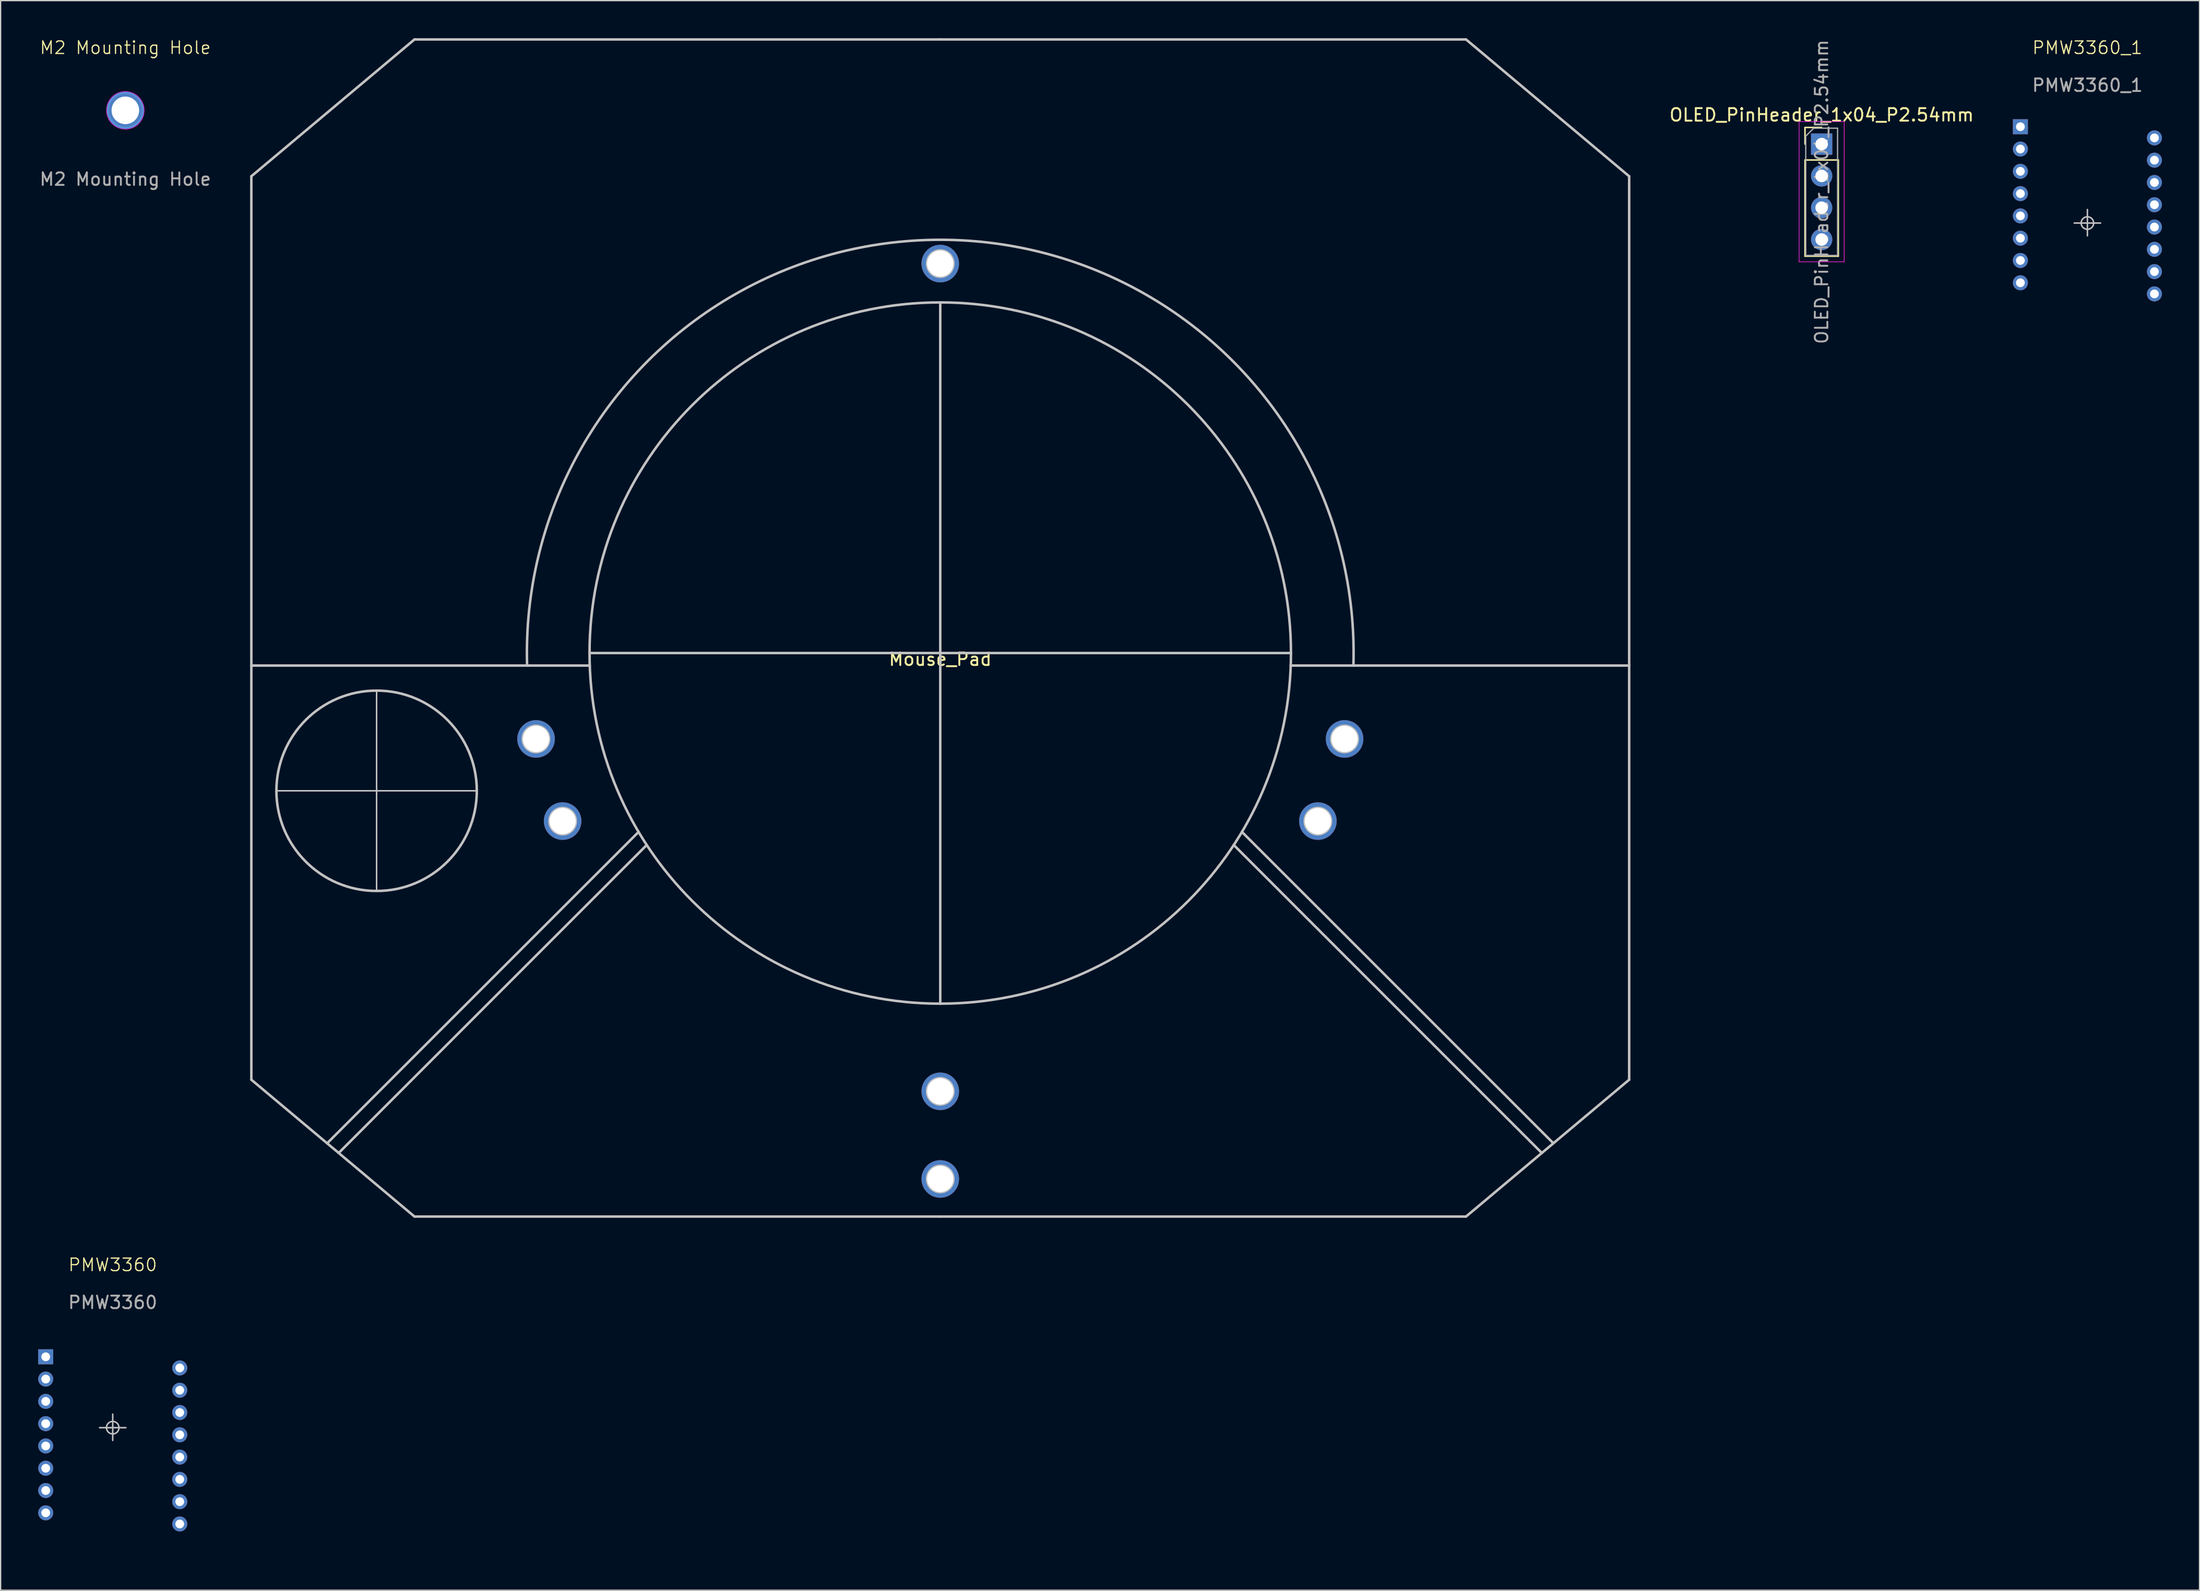
<source format=kicad_pcb>
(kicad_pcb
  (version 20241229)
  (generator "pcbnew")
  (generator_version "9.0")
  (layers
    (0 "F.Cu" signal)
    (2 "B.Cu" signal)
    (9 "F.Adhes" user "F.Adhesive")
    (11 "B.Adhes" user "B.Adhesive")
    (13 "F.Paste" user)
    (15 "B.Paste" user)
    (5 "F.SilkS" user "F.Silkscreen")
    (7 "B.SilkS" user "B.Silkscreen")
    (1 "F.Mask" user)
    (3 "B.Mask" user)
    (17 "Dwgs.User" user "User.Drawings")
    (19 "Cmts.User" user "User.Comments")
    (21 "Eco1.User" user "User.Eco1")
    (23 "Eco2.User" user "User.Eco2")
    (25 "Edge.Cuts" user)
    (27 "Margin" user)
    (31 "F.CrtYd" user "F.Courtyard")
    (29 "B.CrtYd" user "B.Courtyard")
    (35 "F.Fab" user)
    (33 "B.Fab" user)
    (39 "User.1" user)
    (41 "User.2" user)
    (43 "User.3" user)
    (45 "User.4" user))
  (footprint "Mouse_Pad"
    (layer "F.Cu")
    (at 72.017 49.1)
    (property "Reference" "Mouse_Pad" (at 0 0.5 0) (layer "F.SilkS") (effects (font (size 1 1) (thickness 0.15))))
    (attr through_hole)
    (fp_line (start -55 1) (end -27.982 1) (stroke (width 0.2) (type solid)) (layer "Dwgs.User"))
    (fp_line (start -55 34.073) (end -55 -38.073) (stroke (width 0.2) (type solid)) (layer "Dwgs.User"))
    (fp_line (start -48.95 39.149) (end -24.083 14.283) (stroke (width 0.2) (type solid)) (layer "Dwgs.User"))
    (fp_line (start -48.027 39.923) (end -23.432 15.328) (stroke (width 0.2) (type solid)) (layer "Dwgs.User"))
    (fp_line (start -45 3) (end -45 19) (stroke (width 0.12) (type solid)) (layer "Dwgs.User"))
    (fp_line (start -41.977 -49) (end -55 -38.073) (stroke (width 0.2) (type solid)) (layer "Dwgs.User"))
    (fp_line (start -41.977 45) (end -55 34.073) (stroke (width 0.2) (type solid)) (layer "Dwgs.User"))
    (fp_line (start -37 11) (end -53 11) (stroke (width 0.12) (type solid)) (layer "Dwgs.User"))
    (fp_line (start 0 -49) (end -41.977 -49) (stroke (width 0.2) (type solid)) (layer "Dwgs.User"))
    (fp_line (start 0 -49) (end 41.977 -49) (stroke (width 0.2) (type solid)) (layer "Dwgs.User"))
    (fp_line (start 0 0) (end -28 0) (stroke (width 0.2) (type solid)) (layer "Dwgs.User"))
    (fp_line (start 0 0) (end 0 -28) (stroke (width 0.2) (type solid)) (layer "Dwgs.User"))
    (fp_line (start 0 0) (end 0 28) (stroke (width 0.2) (type solid)) (layer "Dwgs.User"))
    (fp_line (start 0 0) (end 28 0) (stroke (width 0.2) (type solid)) (layer "Dwgs.User"))
    (fp_line (start 0 45) (end -41.977 45) (stroke (width 0.2) (type solid)) (layer "Dwgs.User"))
    (fp_line (start 0 45) (end 41.977 45) (stroke (width 0.2) (type solid)) (layer "Dwgs.User"))
    (fp_line (start 41.977 -49) (end 55 -38.073) (stroke (width 0.2) (type solid)) (layer "Dwgs.User"))
    (fp_line (start 41.977 45) (end 55 34.073) (stroke (width 0.2) (type solid)) (layer "Dwgs.User"))
    (fp_line (start 48.027 39.923) (end 23.432 15.328) (stroke (width 0.2) (type solid)) (layer "Dwgs.User"))
    (fp_line (start 48.95 39.149) (end 24.083 14.283) (stroke (width 0.2) (type solid)) (layer "Dwgs.User"))
    (fp_line (start 55 1) (end 27.982 1) (stroke (width 0.2) (type solid)) (layer "Dwgs.User"))
    (fp_line (start 55 34.073) (end 55 -38.073) (stroke (width 0.2) (type solid)) (layer "Dwgs.User"))
    (fp_arc (start -32.984845 1) (mid 0 -33) (end 32.984845 1) (stroke (width 0.2) (type solid)) (layer "Dwgs.User"))
    (fp_circle (center -45 11) (end -37 11) (stroke (width 0.2) (type solid)) (fill no) (layer "Dwgs.User"))
    (fp_circle (center -32.279 6.861) (end -31.229 6.861) (stroke (width 0.2) (type solid)) (fill no) (layer "Dwgs.User"))
    (fp_circle (center -30.147 13.422) (end -29.097 13.422) (stroke (width 0.2) (type solid)) (fill no) (layer "Dwgs.User"))
    (fp_circle (center 0 -31.1) (end 1.05 -31.1) (stroke (width 0.2) (type solid)) (fill no) (layer "Dwgs.User"))
    (fp_circle (center 0 0) (end 28 0) (stroke (width 0.2) (type solid)) (fill no) (layer "Dwgs.User"))
    (fp_circle (center 0 35) (end 1.05 35) (stroke (width 0.2) (type solid)) (fill no) (layer "Dwgs.User"))
    (fp_circle (center 0 42) (end 1.05 42) (stroke (width 0.2) (type solid)) (fill no) (layer "Dwgs.User"))
    (fp_circle (center 30.147 13.422) (end 31.197 13.422) (stroke (width 0.2) (type solid)) (fill no) (layer "Dwgs.User"))
    (fp_circle (center 32.279 6.861) (end 33.329 6.861) (stroke (width 0.2) (type solid)) (fill no) (layer "Dwgs.User"))
    (pad "" thru_hole circle (at -32.27 6.86) (size 3 3) (drill 2.1) (layers "*.Cu" "*.Mask"))
    (pad "" thru_hole circle (at -30.15 13.42) (size 3 3) (drill 2.1) (layers "*.Cu" "*.Mask"))
    (pad "" thru_hole circle (at 0 -31.1) (size 3 3) (drill 2.1) (layers "*.Cu" "*.Mask"))
    (pad "" thru_hole circle (at 0 35) (size 3 3) (drill 2.1) (layers "*.Cu" "*.Mask"))
    (pad "" thru_hole circle (at 0 42) (size 3 3) (drill 2.1) (layers "*.Cu" "*.Mask"))
    (pad "" thru_hole circle (at 30.15 13.42) (size 3 3) (drill 2.1) (layers "*.Cu" "*.Mask"))
    (pad "" thru_hole circle (at 32.28 6.86) (size 3 3) (drill 2.1) (layers "*.Cu" "*.Mask")))
  (footprint "M2 Mounting Hole"
    (layer "F.Cu")
    (at 6.958 5.761)
    (property "Reference" "M2 Mounting Hole" (at 0 -5 0) (unlocked yes) (layer "F.SilkS") (effects (font (size 1 1) (thickness 0.1))))
    (attr through_hole)
    (fp_circle (center 0 0) (end 0 -1.4) (stroke (width 0.15) (type solid)) (fill no) (layer "Cmts.User"))
    (fp_circle (center 0 0) (end 0 -1.5) (stroke (width 0.05) (type solid)) (fill no) (layer "F.CrtYd"))
    (fp_text user "${REFERENCE}" (at 0 5.5 0) (unlocked yes) (layer "F.Fab") (effects (font (size 1 1) (thickness 0.15))))
    (pad "1" thru_hole circle (at 0 0) (size 2.7 2.7) (drill 2.2) (layers "*.Cu" "*.Mask")))
  (footprint "PMW3360_1"
    (layer "F.Cu")
    (at 163.602 14.761)
    (property "Reference" "PMW3360_1" (at 0 -14 0) (unlocked yes) (layer "F.SilkS") (effects (font (size 1 1) (thickness 0.1))))
    (attr through_hole)
    (fp_line (start 0 0) (end -1.05 0) (stroke (width 0.12) (type solid)) (layer "Dwgs.User"))
    (fp_line (start 0 0) (end 0 -1.08) (stroke (width 0.12) (type solid)) (layer "Dwgs.User"))
    (fp_line (start 0 0) (end 0 1.02) (stroke (width 0.12) (type solid)) (layer "Dwgs.User"))
    (fp_line (start 0 0) (end 1.05 0) (stroke (width 0.12) (type solid)) (layer "Dwgs.User"))
    (fp_circle (center 0 0) (end 0.5 0) (stroke (width 0.12) (type solid)) (fill no) (layer "Dwgs.User"))
    (fp_line (start -5.35 -8.82) (end -5.35 8.44) (stroke (width 0.2) (type default)) (layer "Eco2.User"))
    (fp_line (start 0 5.66) (end 0 0) (stroke (width 0.2) (type default)) (layer "Eco2.User"))
    (fp_line (start 0 5.66) (end 0 8.44) (stroke (width 0.2) (type default)) (layer "Eco2.User"))
    (fp_line (start 5.35 -8.82) (end -5.35 -8.82) (stroke (width 0.2) (type default)) (layer "Eco2.User"))
    (fp_line (start 5.35 -8.82) (end 5.35 8.44) (stroke (width 0.2) (type default)) (layer "Eco2.User"))
    (fp_line (start 5.35 8.44) (end -5.35 8.44) (stroke (width 0.2) (type default)) (layer "Eco2.User"))
    (fp_text user "${REFERENCE}" (at 0 -11 0) (unlocked yes) (layer "F.Fab") (effects (font (size 1 1) (thickness 0.15))))
    (pad "1" thru_hole rect (at -5.35 -7.69) (size 1.2 1.2) (drill 0.7) (layers "*.Cu" "*.Mask"))
    (pad "2" thru_hole circle (at -5.35 -5.91) (size 1.2 1.2) (drill 0.7) (layers "*.Cu" "*.Mask"))
    (pad "3" thru_hole circle (at -5.35 -4.13) (size 1.2 1.2) (drill 0.7) (layers "*.Cu" "*.Mask"))
    (pad "4" thru_hole circle (at -5.35 -2.35) (size 1.2 1.2) (drill 0.7) (layers "*.Cu" "*.Mask"))
    (pad "5" thru_hole circle (at -5.35 -0.57) (size 1.2 1.2) (drill 0.7) (layers "*.Cu" "*.Mask"))
    (pad "6" thru_hole circle (at -5.35 1.21) (size 1.2 1.2) (drill 0.7) (layers "*.Cu" "*.Mask"))
    (pad "7" thru_hole circle (at -5.35 2.99) (size 1.2 1.2) (drill 0.7) (layers "*.Cu" "*.Mask"))
    (pad "8" thru_hole circle (at -5.35 4.77) (size 1.2 1.2) (drill 0.7) (layers "*.Cu" "*.Mask"))
    (pad "9" thru_hole circle (at 5.35 5.66) (size 1.2 1.2) (drill 0.7) (layers "*.Cu" "*.Mask"))
    (pad "10" thru_hole circle (at 5.35 3.88) (size 1.2 1.2) (drill 0.7) (layers "*.Cu" "*.Mask"))
    (pad "11" thru_hole circle (at 5.35 2.1) (size 1.2 1.2) (drill 0.7) (layers "*.Cu" "*.Mask"))
    (pad "12" thru_hole circle (at 5.35 0.32) (size 1.2 1.2) (drill 0.7) (layers "*.Cu" "*.Mask"))
    (pad "13" thru_hole circle (at 5.35 -1.46) (size 1.2 1.2) (drill 0.7) (layers "*.Cu" "*.Mask"))
    (pad "14" thru_hole circle (at 5.35 -3.24) (size 1.2 1.2) (drill 0.7) (layers "*.Cu" "*.Mask"))
    (pad "15" thru_hole circle (at 5.35 -5.02) (size 1.2 1.2) (drill 0.7) (layers "*.Cu" "*.Mask"))
    (pad "16" thru_hole circle (at 5.35 -6.8) (size 1.2 1.2) (drill 0.7) (layers "*.Cu" "*.Mask")))
  (footprint "PMW3360"
    (layer "F.Cu")
    (at 5.95 110.96)
    (property "Reference" "PMW3360" (at 0 -13 0) (unlocked yes) (layer "F.SilkS") (effects (font (size 1 1) (thickness 0.1))))
    (attr through_hole)
    (fp_line (start 0 0) (end -1.05 0) (stroke (width 0.12) (type solid)) (layer "Dwgs.User"))
    (fp_line (start 0 0) (end 0 -1.08) (stroke (width 0.12) (type solid)) (layer "Dwgs.User"))
    (fp_line (start 0 0) (end 0 1.02) (stroke (width 0.12) (type solid)) (layer "Dwgs.User"))
    (fp_line (start 0 0) (end 1.05 0) (stroke (width 0.12) (type solid)) (layer "Dwgs.User"))
    (fp_circle (center 0 0) (end 0.5 0) (stroke (width 0.12) (type solid)) (fill no) (layer "Dwgs.User"))
    (fp_line (start -4.25 -8.48) (end -4.25 -7.18) (stroke (width 0.12) (type solid)) (layer "Eco2.User"))
    (fp_line (start -4.25 -8.48) (end 4.25 -8.48) (stroke (width 0.12) (type solid)) (layer "Eco2.User"))
    (fp_line (start -4.25 -7.18) (end -4.25 9.92) (stroke (width 0.12) (type solid)) (layer "Eco2.User"))
    (fp_line (start -4.25 -7.18) (end 4.25 -7.18) (stroke (width 0.12) (type solid)) (layer "Eco2.User"))
    (fp_line (start -4.25 8.82) (end 4.25 8.82) (stroke (width 0.12) (type solid)) (layer "Eco2.User"))
    (fp_line (start -4.25 9.92) (end 4.25 9.92) (stroke (width 0.12) (type solid)) (layer "Eco2.User"))
    (fp_line (start 4.25 -8.48) (end 4.25 -7.18) (stroke (width 0.12) (type solid)) (layer "Eco2.User"))
    (fp_line (start 4.25 -7.18) (end 4.25 9.92) (stroke (width 0.12) (type solid)) (layer "Eco2.User"))
    (fp_text user "${REFERENCE}" (at 0 -10 0) (unlocked yes) (layer "F.Fab") (effects (font (size 1 1) (thickness 0.15))))
    (pad "1" thru_hole rect (at -5.35 -5.66) (size 1.2 1.2) (drill 0.7) (layers "*.Cu" "*.Mask"))
    (pad "2" thru_hole circle (at -5.35 -3.88) (size 1.2 1.2) (drill 0.7) (layers "*.Cu" "*.Mask"))
    (pad "3" thru_hole circle (at -5.35 -2.1) (size 1.2 1.2) (drill 0.7) (layers "*.Cu" "*.Mask"))
    (pad "4" thru_hole circle (at -5.35 -0.32) (size 1.2 1.2) (drill 0.7) (layers "*.Cu" "*.Mask"))
    (pad "5" thru_hole circle (at -5.35 1.46) (size 1.2 1.2) (drill 0.7) (layers "*.Cu" "*.Mask"))
    (pad "6" thru_hole circle (at -5.35 3.24) (size 1.2 1.2) (drill 0.7) (layers "*.Cu" "*.Mask"))
    (pad "7" thru_hole circle (at -5.35 5.02) (size 1.2 1.2) (drill 0.7) (layers "*.Cu" "*.Mask"))
    (pad "8" thru_hole circle (at -5.35 6.8) (size 1.2 1.2) (drill 0.7) (layers "*.Cu" "*.Mask"))
    (pad "9" thru_hole circle (at 5.35 7.69) (size 1.2 1.2) (drill 0.7) (layers "*.Cu" "*.Mask"))
    (pad "10" thru_hole circle (at 5.35 5.91) (size 1.2 1.2) (drill 0.7) (layers "*.Cu" "*.Mask"))
    (pad "11" thru_hole circle (at 5.35 4.13) (size 1.2 1.2) (drill 0.7) (layers "*.Cu" "*.Mask"))
    (pad "12" thru_hole circle (at 5.35 2.35) (size 1.2 1.2) (drill 0.7) (layers "*.Cu" "*.Mask"))
    (pad "13" thru_hole circle (at 5.35 0.57) (size 1.2 1.2) (drill 0.7) (layers "*.Cu" "*.Mask"))
    (pad "14" thru_hole circle (at 5.35 -1.21) (size 1.2 1.2) (drill 0.7) (layers "*.Cu" "*.Mask"))
    (pad "15" thru_hole circle (at 5.35 -2.99) (size 1.2 1.2) (drill 0.7) (layers "*.Cu" "*.Mask"))
    (pad "16" thru_hole circle (at 5.35 -4.77) (size 1.2 1.2) (drill 0.7) (layers "*.Cu" "*.Mask")))
  (footprint "OLED_PinHeader_1x04_P2.54mm"
    (layer "F.Cu")
    (at 142.385 8.458)
    (property "Reference" "OLED_PinHeader_1x04_P2.54mm" (at 0 -2.33 0) (layer "F.SilkS") (effects (font (size 1 1) (thickness 0.15))))
    (attr through_hole)
    (fp_line (start -1.33 -1.33) (end 0 -1.33) (stroke (width 0.12) (type solid)) (layer "F.SilkS"))
    (fp_line (start -1.33 0) (end -1.33 -1.33) (stroke (width 0.12) (type solid)) (layer "F.SilkS"))
    (fp_line (start -1.33 1.27) (end -1.33 8.95) (stroke (width 0.12) (type solid)) (layer "F.SilkS"))
    (fp_line (start -1.33 1.27) (end 1.33 1.27) (stroke (width 0.12) (type solid)) (layer "F.SilkS"))
    (fp_line (start -1.33 8.95) (end 1.33 8.95) (stroke (width 0.12) (type solid)) (layer "F.SilkS"))
    (fp_line (start 1.33 1.27) (end 1.33 8.95) (stroke (width 0.12) (type solid)) (layer "F.SilkS"))
    (fp_line (start -1.8 -1.8) (end -1.8 9.4) (stroke (width 0.05) (type solid)) (layer "F.CrtYd"))
    (fp_line (start -1.8 9.4) (end 1.8 9.4) (stroke (width 0.05) (type solid)) (layer "F.CrtYd"))
    (fp_line (start 1.8 -1.8) (end -1.8 -1.8) (stroke (width 0.05) (type solid)) (layer "F.CrtYd"))
    (fp_line (start 1.8 9.4) (end 1.8 -1.8) (stroke (width 0.05) (type solid)) (layer "F.CrtYd"))
    (fp_line (start -1.27 -0.635) (end -0.635 -1.27) (stroke (width 0.1) (type solid)) (layer "F.Fab"))
    (fp_line (start -1.27 8.89) (end -1.27 -0.635) (stroke (width 0.1) (type solid)) (layer "F.Fab"))
    (fp_line (start -0.635 -1.27) (end 1.27 -1.27) (stroke (width 0.1) (type solid)) (layer "F.Fab"))
    (fp_line (start 1.27 -1.27) (end 1.27 8.89) (stroke (width 0.1) (type solid)) (layer "F.Fab"))
    (fp_line (start 1.27 8.89) (end -1.27 8.89) (stroke (width 0.1) (type solid)) (layer "F.Fab"))
    (fp_text user "${REFERENCE}" (at 0 3.81 90) (layer "F.Fab") (effects (font (size 1 1) (thickness 0.15))))
    (pad "1" thru_hole rect (at 0 0) (size 1.7 1.7) (drill 1) (layers "*.Cu" "*.Mask"))
    (pad "2" thru_hole oval (at 0 2.54) (size 1.7 1.7) (drill 1) (layers "*.Cu" "*.Mask"))
    (pad "3" thru_hole oval (at 0 5.08) (size 1.7 1.7) (drill 1) (layers "*.Cu" "*.Mask"))
    (pad "4" thru_hole oval (at 0 7.62) (size 1.7 1.7) (drill 1) (layers "*.Cu" "*.Mask")))
  (gr_rect
    (start -3 -3)
    (end 172.552 123.941)
    (stroke (width 0.1) (type default))
    (fill no)
    (layer "Edge.Cuts")))
</source>
